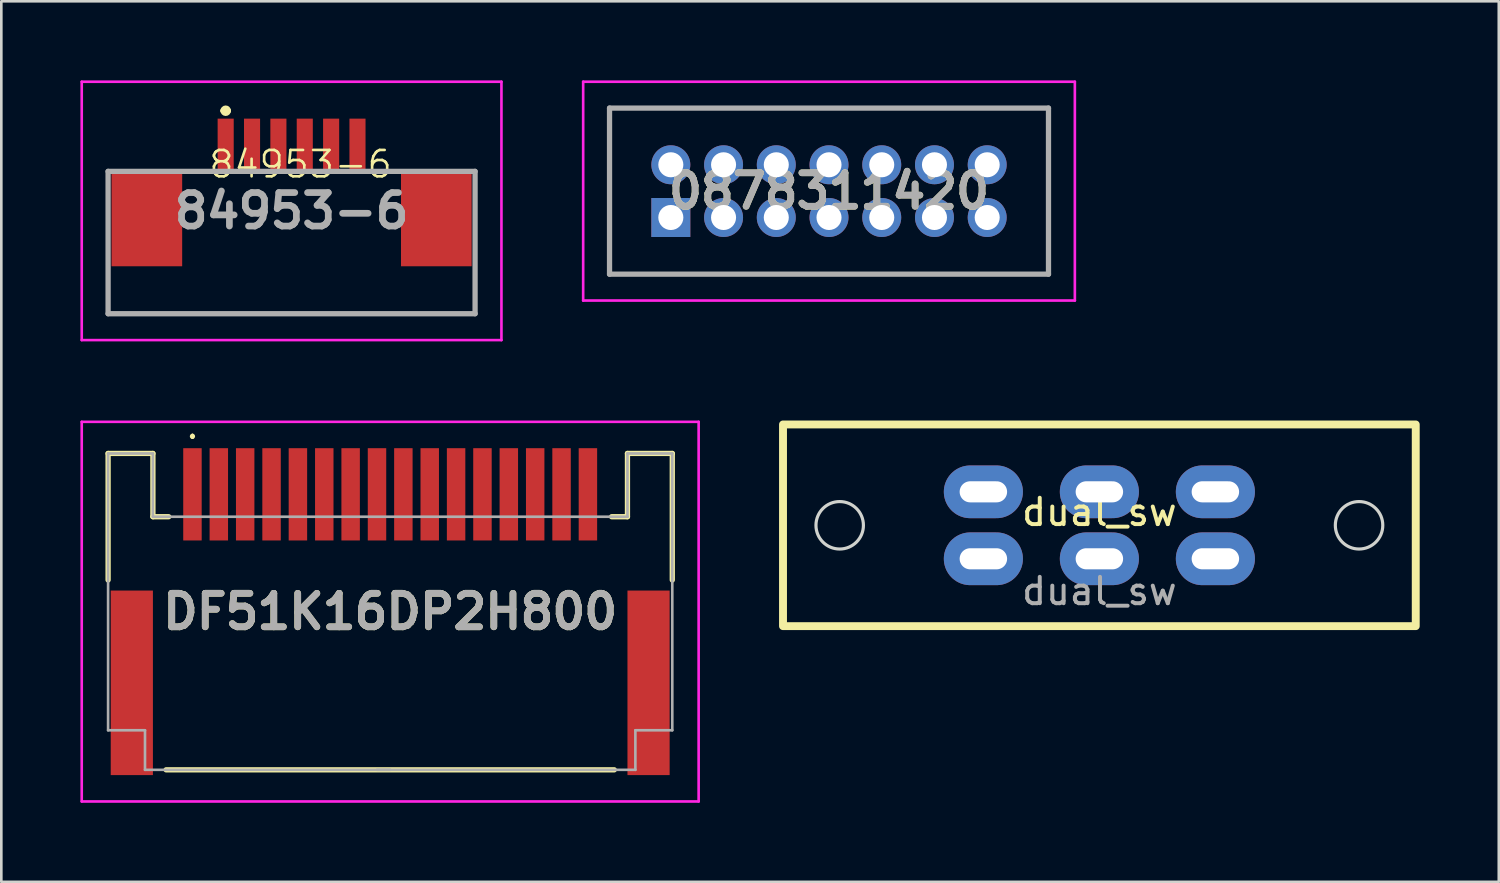
<source format=kicad_pcb>
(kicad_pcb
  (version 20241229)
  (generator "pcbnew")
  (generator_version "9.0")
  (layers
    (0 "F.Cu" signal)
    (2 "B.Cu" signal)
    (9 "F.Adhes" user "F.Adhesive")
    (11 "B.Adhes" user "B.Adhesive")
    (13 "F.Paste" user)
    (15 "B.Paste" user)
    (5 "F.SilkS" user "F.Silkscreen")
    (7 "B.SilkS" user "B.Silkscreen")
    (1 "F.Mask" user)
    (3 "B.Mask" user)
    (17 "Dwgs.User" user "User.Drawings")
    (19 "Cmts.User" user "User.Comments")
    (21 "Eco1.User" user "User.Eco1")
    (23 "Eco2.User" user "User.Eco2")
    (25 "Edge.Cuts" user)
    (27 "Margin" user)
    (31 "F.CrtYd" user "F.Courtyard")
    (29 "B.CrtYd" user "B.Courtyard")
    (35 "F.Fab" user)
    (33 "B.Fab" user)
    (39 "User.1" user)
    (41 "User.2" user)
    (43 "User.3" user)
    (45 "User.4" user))
  (footprint "DF51K16DP2H800"
    (layer "F.Cu")
    (at 11.75 20.15)
    (property "Reference" "DF51K16DP2H800" (at 0 0 0) (layer "F.SilkS") (effects (font (size 1.27 1.27) (thickness 0.254))))
    (attr smd)
    (fp_line (start -10.7 -6) (end -9 -6) (stroke (width 0.2) (type solid)) (layer "F.SilkS"))
    (fp_line (start -10.7 -1.2) (end -10.7 -6) (stroke (width 0.2) (type solid)) (layer "F.SilkS"))
    (fp_line (start -9 -6) (end -9 -3.6) (stroke (width 0.2) (type solid)) (layer "F.SilkS"))
    (fp_line (start -9 -3.6) (end -8.4 -3.6) (stroke (width 0.2) (type solid)) (layer "F.SilkS"))
    (fp_line (start -8.5 6) (end 8.5 6) (stroke (width 0.2) (type solid)) (layer "F.SilkS"))
    (fp_line (start -7.5 -6.7) (end -7.5 -6.7) (stroke (width 0.1) (type solid)) (layer "F.SilkS"))
    (fp_line (start -7.5 -6.6) (end -7.5 -6.6) (stroke (width 0.1) (type solid)) (layer "F.SilkS"))
    (fp_line (start 9 -6) (end 9 -3.6) (stroke (width 0.2) (type solid)) (layer "F.SilkS"))
    (fp_line (start 9 -3.6) (end 8.4 -3.6) (stroke (width 0.2) (type solid)) (layer "F.SilkS"))
    (fp_line (start 10.7 -6) (end 9 -6) (stroke (width 0.2) (type solid)) (layer "F.SilkS"))
    (fp_line (start 10.7 -1.2) (end 10.7 -6) (stroke (width 0.2) (type solid)) (layer "F.SilkS"))
    (fp_arc (start -7.5 -6.7) (mid -7.45 -6.65) (end -7.5 -6.6) (stroke (width 0.1) (type solid)) (layer "F.SilkS"))
    (fp_arc (start -7.5 -6.6) (mid -7.55 -6.65) (end -7.5 -6.7) (stroke (width 0.1) (type solid)) (layer "F.SilkS"))
    (fp_line (start -11.7 -7.2) (end 11.7 -7.2) (stroke (width 0.1) (type solid)) (layer "F.CrtYd"))
    (fp_line (start -11.7 7.2) (end -11.7 -7.2) (stroke (width 0.1) (type solid)) (layer "F.CrtYd"))
    (fp_line (start 11.7 -7.2) (end 11.7 7.2) (stroke (width 0.1) (type solid)) (layer "F.CrtYd"))
    (fp_line (start 11.7 7.2) (end -11.7 7.2) (stroke (width 0.1) (type solid)) (layer "F.CrtYd"))
    (fp_line (start -10.7 -6) (end -10.7 4.5) (stroke (width 0.1) (type solid)) (layer "F.Fab"))
    (fp_line (start -10.7 4.5) (end -9.3 4.5) (stroke (width 0.1) (type solid)) (layer "F.Fab"))
    (fp_line (start -9.3 4.5) (end -9.3 6) (stroke (width 0.1) (type solid)) (layer "F.Fab"))
    (fp_line (start -9.3 6) (end 0 6) (stroke (width 0.1) (type solid)) (layer "F.Fab"))
    (fp_line (start -9 -6) (end -10.7 -6) (stroke (width 0.1) (type solid)) (layer "F.Fab"))
    (fp_line (start -9 -3.6) (end -9 -6) (stroke (width 0.1) (type solid)) (layer "F.Fab"))
    (fp_line (start -0.5 6) (end 9.3 6) (stroke (width 0.1) (type solid)) (layer "F.Fab"))
    (fp_line (start 9 -6) (end 9 -3.6) (stroke (width 0.1) (type solid)) (layer "F.Fab"))
    (fp_line (start 9 -3.6) (end -9 -3.6) (stroke (width 0.1) (type solid)) (layer "F.Fab"))
    (fp_line (start 9.3 4.5) (end 10.7 4.5) (stroke (width 0.1) (type solid)) (layer "F.Fab"))
    (fp_line (start 9.3 6) (end 9.3 4.5) (stroke (width 0.1) (type solid)) (layer "F.Fab"))
    (fp_line (start 10.7 -6) (end 9 -6) (stroke (width 0.1) (type solid)) (layer "F.Fab"))
    (fp_line (start 10.7 4.5) (end 10.7 -6) (stroke (width 0.1) (type solid)) (layer "F.Fab"))
    (fp_text user "${REFERENCE}" (at 0 0 0) (layer "F.Fab") (effects (font (size 1.27 1.27) (thickness 0.254))))
    (pad "1" smd rect (at -7.5 -4.45) (size 0.7 3.5) (layers "F.Cu" "F.Mask" "F.Paste"))
    (pad "2" smd rect (at -6.5 -4.45) (size 0.7 3.5) (layers "F.Cu" "F.Mask" "F.Paste"))
    (pad "3" smd rect (at -5.5 -4.45) (size 0.7 3.5) (layers "F.Cu" "F.Mask" "F.Paste"))
    (pad "4" smd rect (at -4.5 -4.45) (size 0.7 3.5) (layers "F.Cu" "F.Mask" "F.Paste"))
    (pad "5" smd rect (at -3.5 -4.45) (size 0.7 3.5) (layers "F.Cu" "F.Mask" "F.Paste"))
    (pad "6" smd rect (at -2.5 -4.45) (size 0.7 3.5) (layers "F.Cu" "F.Mask" "F.Paste"))
    (pad "7" smd rect (at -1.5 -4.45) (size 0.7 3.5) (layers "F.Cu" "F.Mask" "F.Paste"))
    (pad "8" smd rect (at -0.5 -4.45) (size 0.7 3.5) (layers "F.Cu" "F.Mask" "F.Paste"))
    (pad "9" smd rect (at 0.5 -4.45) (size 0.7 3.5) (layers "F.Cu" "F.Mask" "F.Paste"))
    (pad "10" smd rect (at 1.5 -4.45) (size 0.7 3.5) (layers "F.Cu" "F.Mask" "F.Paste"))
    (pad "11" smd rect (at 2.5 -4.45) (size 0.7 3.5) (layers "F.Cu" "F.Mask" "F.Paste"))
    (pad "12" smd rect (at 3.5 -4.45) (size 0.7 3.5) (layers "F.Cu" "F.Mask" "F.Paste"))
    (pad "13" smd rect (at 4.5 -4.45) (size 0.7 3.5) (layers "F.Cu" "F.Mask" "F.Paste"))
    (pad "14" smd rect (at 5.5 -4.45) (size 0.7 3.5) (layers "F.Cu" "F.Mask" "F.Paste"))
    (pad "15" smd rect (at 6.5 -4.45) (size 0.7 3.5) (layers "F.Cu" "F.Mask" "F.Paste"))
    (pad "16" smd rect (at 7.5 -4.45) (size 0.7 3.5) (layers "F.Cu" "F.Mask" "F.Paste"))
    (pad "17" smd rect (at -9.8 2.7) (size 1.6 7) (layers "F.Cu" "F.Mask" "F.Paste"))
    (pad "18" smd rect (at 9.8 2.7) (size 1.6 7) (layers "F.Cu" "F.Mask" "F.Paste")))
  (footprint "0878311420"
    (layer "F.Cu")
    (at 22.395 5.2)
    (property "Reference" "0878311420" (at 6 -1 0) (layer "F.SilkS") (effects (font (size 1.27 1.27) (thickness 0.254))))
    (attr through_hole)
    (fp_line (start -2.325 -4.15) (end 14.325 -4.15) (stroke (width 0.1) (type solid)) (layer "F.SilkS"))
    (fp_line (start -2.325 2.15) (end -2.325 -4.15) (stroke (width 0.1) (type solid)) (layer "F.SilkS"))
    (fp_line (start 14.325 -4.15) (end 14.325 2.15) (stroke (width 0.1) (type solid)) (layer "F.SilkS"))
    (fp_line (start 14.325 2.15) (end -2.325 2.15) (stroke (width 0.1) (type solid)) (layer "F.SilkS"))
    (fp_line (start -3.325 -5.15) (end 15.325 -5.15) (stroke (width 0.1) (type solid)) (layer "F.CrtYd"))
    (fp_line (start -3.325 3.15) (end -3.325 -5.15) (stroke (width 0.1) (type solid)) (layer "F.CrtYd"))
    (fp_line (start 15.325 -5.15) (end 15.325 3.15) (stroke (width 0.1) (type solid)) (layer "F.CrtYd"))
    (fp_line (start 15.325 3.15) (end -3.325 3.15) (stroke (width 0.1) (type solid)) (layer "F.CrtYd"))
    (fp_line (start -2.325 -4.15) (end -2.325 2.15) (stroke (width 0.2) (type solid)) (layer "F.Fab"))
    (fp_line (start -2.325 2.15) (end 14.325 2.15) (stroke (width 0.2) (type solid)) (layer "F.Fab"))
    (fp_line (start 14.325 -4.15) (end -2.325 -4.15) (stroke (width 0.2) (type solid)) (layer "F.Fab"))
    (fp_line (start 14.325 2.15) (end 14.325 -4.15) (stroke (width 0.2) (type solid)) (layer "F.Fab"))
    (fp_text user "${REFERENCE}" (at 6 -1 0) (layer "F.Fab") (effects (font (size 1.27 1.27) (thickness 0.254))))
    (pad "1" thru_hole rect (at 0 0) (size 1.478 1.478) (drill 0.95) (layers "*.Cu" "*.Mask"))
    (pad "2" thru_hole circle (at 0 -2) (size 1.478 1.478) (drill 0.95) (layers "*.Cu" "*.Mask"))
    (pad "3" thru_hole circle (at 2 0) (size 1.478 1.478) (drill 0.95) (layers "*.Cu" "*.Mask"))
    (pad "4" thru_hole circle (at 2 -2) (size 1.478 1.478) (drill 0.95) (layers "*.Cu" "*.Mask"))
    (pad "5" thru_hole circle (at 4 0) (size 1.478 1.478) (drill 0.95) (layers "*.Cu" "*.Mask"))
    (pad "6" thru_hole circle (at 4 -2) (size 1.478 1.478) (drill 0.95) (layers "*.Cu" "*.Mask"))
    (pad "7" thru_hole circle (at 6 0) (size 1.478 1.478) (drill 0.95) (layers "*.Cu" "*.Mask"))
    (pad "8" thru_hole circle (at 6 -2) (size 1.478 1.478) (drill 0.95) (layers "*.Cu" "*.Mask"))
    (pad "9" thru_hole circle (at 8 0) (size 1.478 1.478) (drill 0.95) (layers "*.Cu" "*.Mask"))
    (pad "10" thru_hole circle (at 8 -2) (size 1.478 1.478) (drill 0.95) (layers "*.Cu" "*.Mask"))
    (pad "11" thru_hole circle (at 10 0) (size 1.478 1.478) (drill 0.95) (layers "*.Cu" "*.Mask"))
    (pad "12" thru_hole circle (at 10 -2) (size 1.478 1.478) (drill 0.95) (layers "*.Cu" "*.Mask"))
    (pad "13" thru_hole circle (at 12 0) (size 1.478 1.478) (drill 0.95) (layers "*.Cu" "*.Mask"))
    (pad "14" thru_hole circle (at 12 -2) (size 1.478 1.478) (drill 0.95) (layers "*.Cu" "*.Mask")))
  (footprint "84953-6"
    (layer "F.Cu")
    (at 8.01 4.95)
    (property "Reference" "84953-6" (at 0.34 -1.77 0) (unlocked yes) (layer "F.SilkS") (effects (font (size 1 1) (thickness 0.1))))
    (attr smd)
    (fp_line (start -6.96 2.5) (end -6.96 3.9) (stroke (width 0.1) (type solid)) (layer "F.SilkS"))
    (fp_line (start -6.96 3.9) (end 6.96 3.9) (stroke (width 0.1) (type solid)) (layer "F.SilkS"))
    (fp_line (start -2.6 -3.8) (end -2.6 -3.8) (stroke (width 0.2) (type solid)) (layer "F.SilkS"))
    (fp_line (start -2.4 -3.8) (end -2.4 -3.8) (stroke (width 0.2) (type solid)) (layer "F.SilkS"))
    (fp_line (start 6.96 3.9) (end 6.96 2.5) (stroke (width 0.1) (type solid)) (layer "F.SilkS"))
    (fp_arc (start -2.6 -3.8) (mid -2.5 -3.9) (end -2.4 -3.8) (stroke (width 0.2) (type solid)) (layer "F.SilkS"))
    (fp_arc (start -2.4 -3.8) (mid -2.5 -3.7) (end -2.6 -3.8) (stroke (width 0.2) (type solid)) (layer "F.SilkS"))
    (fp_line (start -7.96 -4.9) (end 7.96 -4.9) (stroke (width 0.1) (type solid)) (layer "F.CrtYd"))
    (fp_line (start -7.96 4.9) (end -7.96 -4.9) (stroke (width 0.1) (type solid)) (layer "F.CrtYd"))
    (fp_line (start 7.96 -4.9) (end 7.96 4.9) (stroke (width 0.1) (type solid)) (layer "F.CrtYd"))
    (fp_line (start 7.96 4.9) (end -7.96 4.9) (stroke (width 0.1) (type solid)) (layer "F.CrtYd"))
    (fp_line (start -6.96 -1.5) (end 6.96 -1.5) (stroke (width 0.2) (type solid)) (layer "F.Fab"))
    (fp_line (start -6.96 3.9) (end -6.96 -1.5) (stroke (width 0.2) (type solid)) (layer "F.Fab"))
    (fp_line (start 6.96 -1.5) (end 6.96 3.9) (stroke (width 0.2) (type solid)) (layer "F.Fab"))
    (fp_line (start 6.96 3.9) (end -6.96 3.9) (stroke (width 0.2) (type solid)) (layer "F.Fab"))
    (fp_text user "${REFERENCE}" (at 0 0 0) (layer "F.Fab") (effects (font (size 1.27 1.27) (thickness 0.254))))
    (pad "1" smd rect (at -2.5 -2.5) (size 0.61 2) (layers "F.Cu" "F.Mask" "F.Paste"))
    (pad "2" smd rect (at -1.5 -2.5) (size 0.61 2) (layers "F.Cu" "F.Mask" "F.Paste"))
    (pad "3" smd rect (at -0.5 -2.5) (size 0.61 2) (layers "F.Cu" "F.Mask" "F.Paste"))
    (pad "4" smd rect (at 0.5 -2.5) (size 0.61 2) (layers "F.Cu" "F.Mask" "F.Paste"))
    (pad "5" smd rect (at 1.5 -2.5) (size 0.61 2) (layers "F.Cu" "F.Mask" "F.Paste"))
    (pad "6" smd rect (at 2.5 -2.5) (size 0.61 2) (layers "F.Cu" "F.Mask" "F.Paste"))
    (pad "7" smd rect (at -5.49 0.3) (size 2.68 3.6) (layers "F.Cu" "F.Mask" "F.Paste"))
    (pad "8" smd rect (at 5.49 0.3) (size 2.68 3.6) (layers "F.Cu" "F.Mask" "F.Paste")))
  (footprint "dual_sw"
    (layer "F.Cu")
    (at 38.65 16.875)
    (property "Reference" "dual_sw" (at 0 -0.5 0) (unlocked yes) (layer "F.SilkS") (effects (font (size 1 1) (thickness 0.15))))
    (fp_rect (start -12 -3.825) (end 12 3.825) (stroke (width 0.3) (type solid)) (fill no) (layer "F.SilkS"))
    (fp_circle (center -9.85 0) (end -8.95 0) (stroke (width 0.12) (type solid)) (fill no) (layer "Edge.Cuts"))
    (fp_circle (center 9.85 0) (end 10.75 0) (stroke (width 0.12) (type solid)) (fill no) (layer "Edge.Cuts"))
    (fp_text user "${REFERENCE}" (at 0 2.5 0) (unlocked yes) (layer "F.Fab") (effects (font (size 1 1) (thickness 0.15))))
    (pad "1" thru_hole oval (at -4.4 -1.27) (size 3 2) (drill oval 1.8 0.8) (layers "*.Cu" "*.Mask"))
    (pad "2" thru_hole oval (at 0 -1.27) (size 3 2) (drill oval 1.8 0.8) (layers "*.Cu" "*.Mask"))
    (pad "3" thru_hole oval (at 4.4 -1.27) (size 3 2) (drill oval 1.8 0.8) (layers "*.Cu" "*.Mask"))
    (pad "4" thru_hole oval (at -4.4 1.27) (size 3 2) (drill oval 1.8 0.8) (layers "*.Cu" "*.Mask"))
    (pad "5" thru_hole oval (at 0 1.27) (size 3 2) (drill oval 1.8 0.8) (layers "*.Cu" "*.Mask"))
    (pad "6" thru_hole oval (at 4.4 1.27) (size 3 2) (drill oval 1.8 0.8) (layers "*.Cu" "*.Mask")))
  (gr_rect
    (start -3 -3)
    (end 53.8 30.4)
    (stroke (width 0.1) (type default))
    (fill no)
    (layer "Edge.Cuts")))
</source>
